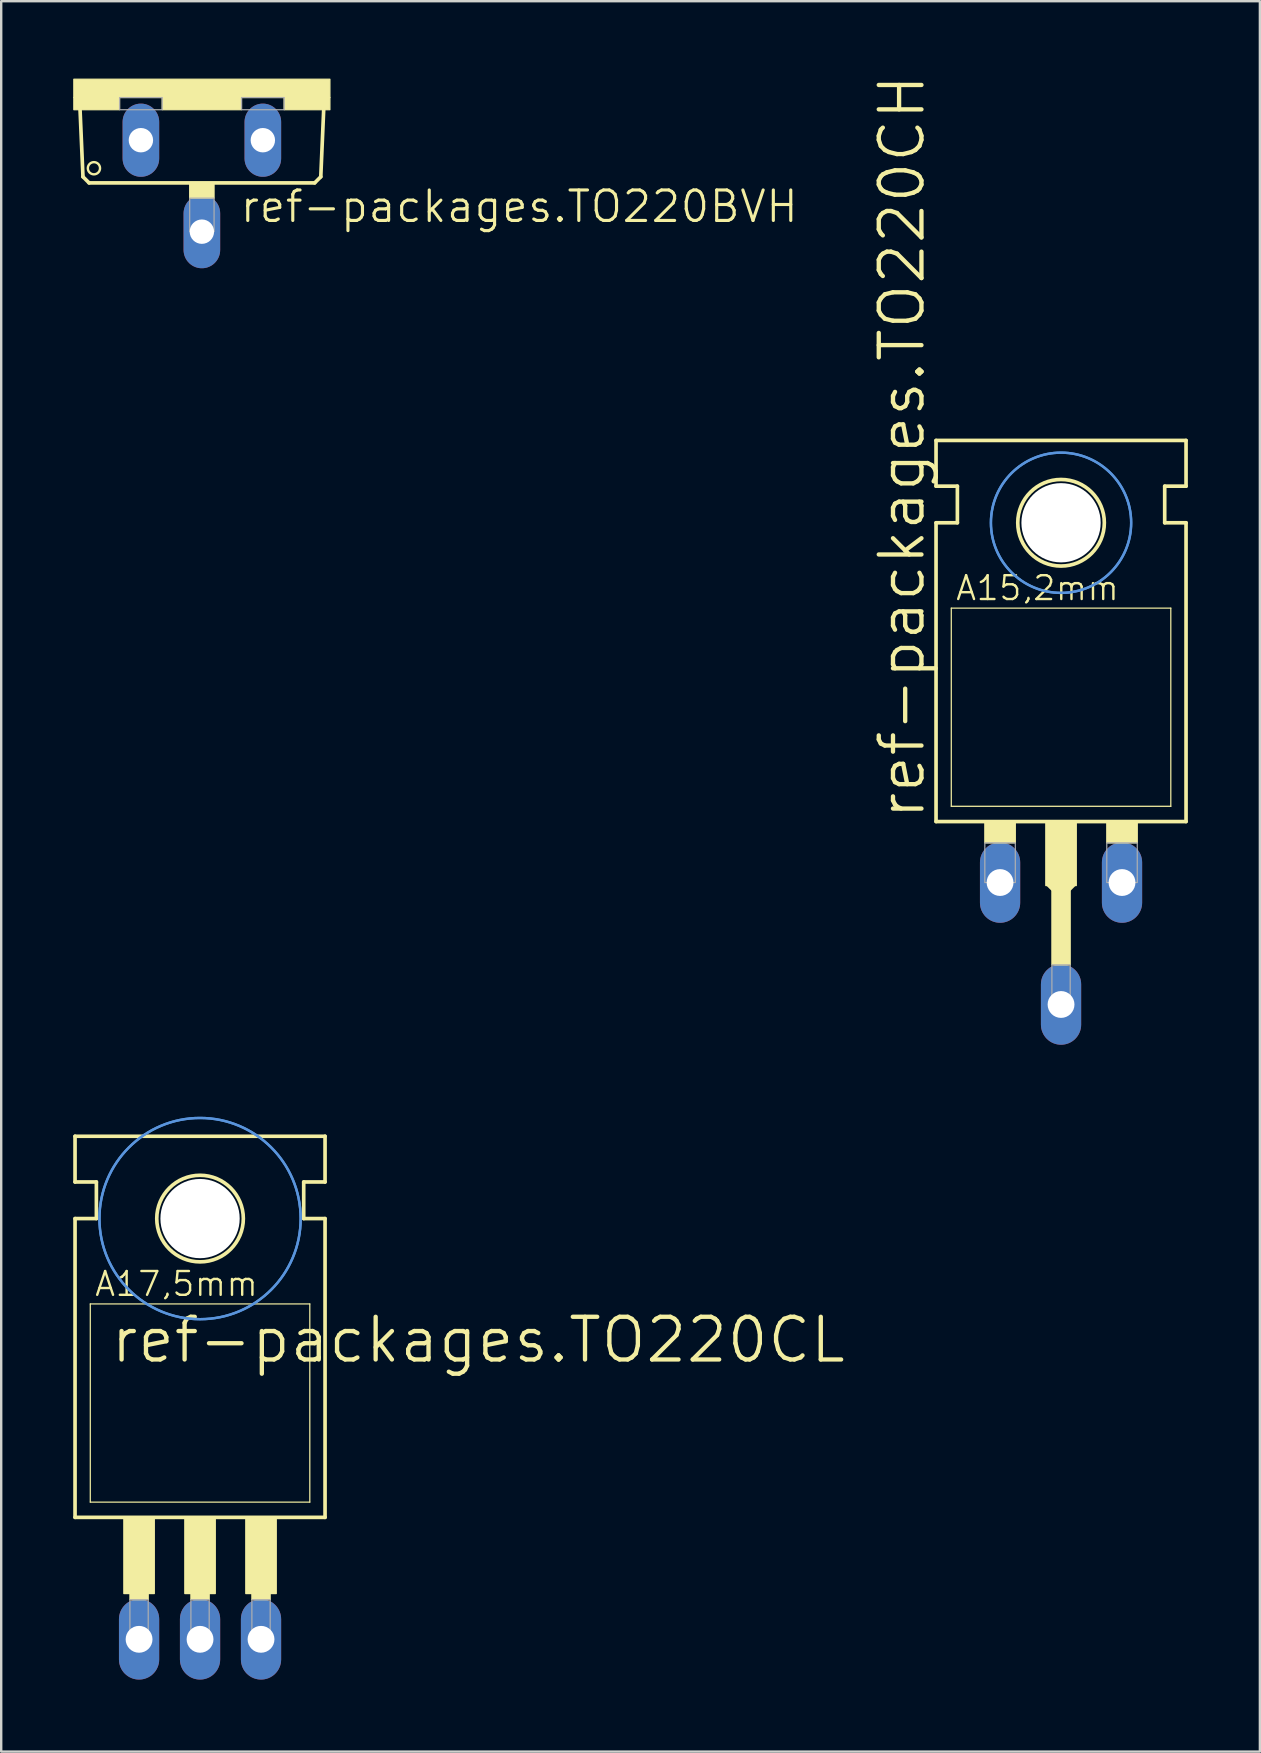
<source format=kicad_pcb>
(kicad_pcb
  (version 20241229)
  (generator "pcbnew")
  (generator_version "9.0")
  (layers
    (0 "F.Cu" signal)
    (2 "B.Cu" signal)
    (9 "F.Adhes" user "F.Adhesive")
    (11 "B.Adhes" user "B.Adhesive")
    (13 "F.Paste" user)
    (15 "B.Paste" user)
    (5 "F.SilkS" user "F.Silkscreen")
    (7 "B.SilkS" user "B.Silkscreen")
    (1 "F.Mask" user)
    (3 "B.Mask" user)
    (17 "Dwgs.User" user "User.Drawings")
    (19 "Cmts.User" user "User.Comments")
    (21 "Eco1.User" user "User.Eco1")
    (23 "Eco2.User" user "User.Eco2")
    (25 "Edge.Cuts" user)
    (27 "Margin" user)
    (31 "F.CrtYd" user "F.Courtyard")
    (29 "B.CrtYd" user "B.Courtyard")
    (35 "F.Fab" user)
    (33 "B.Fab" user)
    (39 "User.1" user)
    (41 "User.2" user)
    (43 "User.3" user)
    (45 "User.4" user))
  (footprint "ref-packages.TO220BVH"
    (layer "F.Cu")
    (at 5.359 0.25)
    (property "Reference" "ref-packages.TO220BVH" (at 1.524 6.045 0) (layer "F.SilkS") (effects (font (size 1.27 1.27) (thickness 0.13)) (justify left bottom)))
    (attr through_hole)
    (fp_line (start -4.953 4.064) (end -5.08 1.143) (stroke (width 0.152) (type default)) (layer "F.SilkS"))
    (fp_line (start -4.953 4.064) (end -4.699 4.318) (stroke (width 0.152) (type default)) (layer "F.SilkS"))
    (fp_line (start 4.699 4.318) (end -4.699 4.318) (stroke (width 0.152) (type default)) (layer "F.SilkS"))
    (fp_line (start 4.699 4.318) (end 4.953 4.064) (stroke (width 0.152) (type default)) (layer "F.SilkS"))
    (fp_line (start 5.08 1.143) (end 4.953 4.064) (stroke (width 0.152) (type default)) (layer "F.SilkS"))
    (fp_rect (start -5.334 0.762) (end 5.334 0) (stroke (width 0.05) (type default)) (fill yes) (layer "F.SilkS"))
    (fp_rect (start -5.334 1.27) (end -3.429 0.762) (stroke (width 0.05) (type default)) (fill yes) (layer "F.SilkS"))
    (fp_rect (start -1.651 1.27) (end 1.651 0.762) (stroke (width 0.05) (type default)) (fill yes) (layer "F.SilkS"))
    (fp_rect (start -0.508 4.953) (end 0.508 4.318) (stroke (width 0.05) (type default)) (fill yes) (layer "F.SilkS"))
    (fp_rect (start 3.429 1.27) (end 5.334 0.762) (stroke (width 0.05) (type default)) (fill yes) (layer "F.SilkS"))
    (fp_circle (center -4.496 3.708) (end -4.242 3.708) (stroke (width 0.1) (type default)) (fill no) (layer "F.SilkS"))
    (fp_rect (start -3.429 1.27) (end -1.651 0.762) (stroke (width 0.05) (type default)) (fill no) (layer "F.Fab"))
    (fp_rect (start -0.508 6.35) (end 0.508 4.953) (stroke (width 0.05) (type default)) (fill no) (layer "F.Fab"))
    (fp_rect (start 1.651 1.27) (end 3.429 0.762) (stroke (width 0.05) (type default)) (fill no) (layer "F.Fab"))
    (pad "D" thru_hole oval (at 0 6.35 90) (size 3.048 1.524) (drill 1.016) (layers "*.Cu" "*.Mask"))
    (pad "G" thru_hole oval (at -2.54 2.54 90) (size 3.048 1.524) (drill 1.016) (layers "*.Cu" "*.Mask"))
    (pad "S" thru_hole oval (at 2.54 2.54 90) (size 3.048 1.524) (drill 1.016) (layers "*.Cu" "*.Mask")))
  (footprint "ref-packages.TO220CL"
    (layer "F.Cu")
    (at 5.283 58.886)
    (property "Reference" "ref-packages.TO220CL" (at -3.81 -5.08 0) (layer "F.SilkS") (effects (font (size 1.778 1.778) (thickness 0.18)) (justify left bottom)))
    (attr through_hole)
    (fp_line (start -5.207 -12.7) (end -5.207 -14.605) (stroke (width 0.152) (type default)) (layer "F.SilkS"))
    (fp_line (start -5.207 -11.176) (end -4.318 -11.176) (stroke (width 0.152) (type default)) (layer "F.SilkS"))
    (fp_line (start -5.207 1.27) (end -5.207 -11.176) (stroke (width 0.152) (type default)) (layer "F.SilkS"))
    (fp_line (start -5.207 1.27) (end 5.207 1.27) (stroke (width 0.152) (type default)) (layer "F.SilkS"))
    (fp_line (start -4.572 0.635) (end -4.572 -7.62) (stroke (width 0.051) (type default)) (layer "F.SilkS"))
    (fp_line (start -4.572 0.635) (end 4.572 0.635) (stroke (width 0.051) (type default)) (layer "F.SilkS"))
    (fp_line (start -4.318 -12.7) (end -5.207 -12.7) (stroke (width 0.152) (type default)) (layer "F.SilkS"))
    (fp_line (start -4.318 -11.176) (end -4.318 -12.7) (stroke (width 0.152) (type default)) (layer "F.SilkS"))
    (fp_line (start 4.318 -12.7) (end 5.207 -12.7) (stroke (width 0.152) (type default)) (layer "F.SilkS"))
    (fp_line (start 4.318 -11.176) (end 4.318 -12.7) (stroke (width 0.152) (type default)) (layer "F.SilkS"))
    (fp_line (start 4.572 -7.62) (end -4.572 -7.62) (stroke (width 0.051) (type default)) (layer "F.SilkS"))
    (fp_line (start 4.572 -7.62) (end 4.572 0.635) (stroke (width 0.051) (type default)) (layer "F.SilkS"))
    (fp_line (start 5.207 -14.605) (end -5.207 -14.605) (stroke (width 0.152) (type default)) (layer "F.SilkS"))
    (fp_line (start 5.207 -12.7) (end 5.207 -14.605) (stroke (width 0.152) (type default)) (layer "F.SilkS"))
    (fp_line (start 5.207 -11.176) (end 4.318 -11.176) (stroke (width 0.152) (type default)) (layer "F.SilkS"))
    (fp_line (start 5.207 1.27) (end 5.207 -11.176) (stroke (width 0.152) (type default)) (layer "F.SilkS"))
    (fp_rect (start -3.175 4.445) (end -1.905 1.27) (stroke (width 0.05) (type default)) (fill yes) (layer "F.SilkS"))
    (fp_rect (start -2.921 4.699) (end -2.159 4.445) (stroke (width 0.05) (type default)) (fill yes) (layer "F.SilkS"))
    (fp_rect (start -0.635 4.445) (end 0.635 1.27) (stroke (width 0.05) (type default)) (fill yes) (layer "F.SilkS"))
    (fp_rect (start -0.381 4.699) (end 0.381 4.445) (stroke (width 0.05) (type default)) (fill yes) (layer "F.SilkS"))
    (fp_rect (start 1.905 4.445) (end 3.175 1.27) (stroke (width 0.05) (type default)) (fill yes) (layer "F.SilkS"))
    (fp_rect (start 2.159 4.699) (end 2.921 4.445) (stroke (width 0.05) (type default)) (fill yes) (layer "F.SilkS"))
    (fp_circle (center 0 -11.176) (end 1.803 -11.176) (stroke (width 0.152) (type default)) (fill no) (layer "F.SilkS"))
    (fp_circle (center 0 -11.176) (end 4.191 -11.176) (stroke (width 0.1) (type default)) (fill no) (layer "Cmts.User"))
    (fp_circle (center 0 -11.176) (end 4.191 -11.176) (stroke (width 0.1) (type default)) (fill no) (layer "Cmts.User"))
    (fp_rect (start -2.921 6.477) (end -2.159 4.699) (stroke (width 0.05) (type default)) (fill no) (layer "F.Fab"))
    (fp_rect (start -0.381 6.477) (end 0.381 4.699) (stroke (width 0.05) (type default)) (fill no) (layer "F.Fab"))
    (fp_rect (start 2.159 6.477) (end 2.921 4.699) (stroke (width 0.05) (type default)) (fill no) (layer "F.Fab"))
    (fp_text user "A17,5mm" (at -4.445 -7.874 0) (layer "F.SilkS") (effects (font (size 0.991 0.991) (thickness 0.1)) (justify left bottom)))
    (pad "" np_thru_hole circle (at 0 -11.176) (size 3.302 3.302) (drill 3.302) (layers "*.Cu" "*.Mask"))
    (pad "A" thru_hole oval (at 0 6.35 90) (size 3.353 1.676) (drill 1.118) (layers "*.Cu" "*.Mask"))
    (pad "C" thru_hole oval (at -2.54 6.35 90) (size 3.353 1.676) (drill 1.118) (layers "*.Cu" "*.Mask"))
    (pad "G" thru_hole oval (at 2.54 6.35 90) (size 3.353 1.676) (drill 1.118) (layers "*.Cu" "*.Mask")))
  (footprint "ref-packages.TO220CH"
    (layer "F.Cu")
    (at 41.148 29.902)
    (property "Reference" "ref-packages.TO220CH" (at -5.588 1.27 90) (layer "F.SilkS") (effects (font (size 1.778 1.778) (thickness 0.18)) (justify left bottom)))
    (attr through_hole)
    (fp_line (start -5.207 -12.7) (end -5.207 -14.605) (stroke (width 0.152) (type default)) (layer "F.SilkS"))
    (fp_line (start -5.207 -11.176) (end -4.318 -11.176) (stroke (width 0.152) (type default)) (layer "F.SilkS"))
    (fp_line (start -5.207 1.27) (end -5.207 -11.176) (stroke (width 0.152) (type default)) (layer "F.SilkS"))
    (fp_line (start -5.207 1.27) (end 5.207 1.27) (stroke (width 0.152) (type default)) (layer "F.SilkS"))
    (fp_line (start -4.572 0.635) (end -4.572 -7.62) (stroke (width 0.051) (type default)) (layer "F.SilkS"))
    (fp_line (start -4.572 0.635) (end 4.572 0.635) (stroke (width 0.051) (type default)) (layer "F.SilkS"))
    (fp_line (start -4.318 -12.7) (end -5.207 -12.7) (stroke (width 0.152) (type default)) (layer "F.SilkS"))
    (fp_line (start -4.318 -11.176) (end -4.318 -12.7) (stroke (width 0.152) (type default)) (layer "F.SilkS"))
    (fp_line (start -0.381 3.81) (end -0.254 3.937) (stroke (width 0.508) (type default)) (layer "F.SilkS"))
    (fp_line (start 0.381 3.81) (end 0.254 3.937) (stroke (width 0.508) (type default)) (layer "F.SilkS"))
    (fp_line (start 4.318 -12.7) (end 5.207 -12.7) (stroke (width 0.152) (type default)) (layer "F.SilkS"))
    (fp_line (start 4.318 -11.176) (end 4.318 -12.7) (stroke (width 0.152) (type default)) (layer "F.SilkS"))
    (fp_line (start 4.572 -7.62) (end -4.572 -7.62) (stroke (width 0.051) (type default)) (layer "F.SilkS"))
    (fp_line (start 4.572 -7.62) (end 4.572 0.635) (stroke (width 0.051) (type default)) (layer "F.SilkS"))
    (fp_line (start 5.207 -14.605) (end -5.207 -14.605) (stroke (width 0.152) (type default)) (layer "F.SilkS"))
    (fp_line (start 5.207 -12.7) (end 5.207 -14.605) (stroke (width 0.152) (type default)) (layer "F.SilkS"))
    (fp_line (start 5.207 -11.176) (end 4.318 -11.176) (stroke (width 0.152) (type default)) (layer "F.SilkS"))
    (fp_line (start 5.207 1.27) (end 5.207 -11.176) (stroke (width 0.152) (type default)) (layer "F.SilkS"))
    (fp_rect (start -3.175 2.159) (end -1.905 1.27) (stroke (width 0.05) (type default)) (fill yes) (layer "F.SilkS"))
    (fp_rect (start -0.635 3.937) (end 0.635 1.27) (stroke (width 0.05) (type default)) (fill yes) (layer "F.SilkS"))
    (fp_rect (start -0.381 7.239) (end 0.381 3.937) (stroke (width 0.05) (type default)) (fill yes) (layer "F.SilkS"))
    (fp_rect (start 1.905 2.159) (end 3.175 1.27) (stroke (width 0.05) (type default)) (fill yes) (layer "F.SilkS"))
    (fp_circle (center 0 -11.176) (end 1.803 -11.176) (stroke (width 0.152) (type default)) (fill no) (layer "F.SilkS"))
    (fp_circle (center 0 -11.176) (end 2.921 -11.176) (stroke (width 0.1) (type default)) (fill no) (layer "Cmts.User"))
    (fp_circle (center 0 -11.176) (end 2.921 -11.176) (stroke (width 0.1) (type default)) (fill no) (layer "Cmts.User"))
    (fp_rect (start -3.175 3.81) (end -1.905 2.159) (stroke (width 0.05) (type default)) (fill no) (layer "F.Fab"))
    (fp_rect (start -0.381 8.89) (end 0.381 7.239) (stroke (width 0.05) (type default)) (fill no) (layer "F.Fab"))
    (fp_rect (start 1.905 3.81) (end 3.175 2.159) (stroke (width 0.05) (type default)) (fill no) (layer "F.Fab"))
    (fp_text user "A15,2mm" (at -4.445 -7.874 0) (layer "F.SilkS") (effects (font (size 0.991 0.991) (thickness 0.1)) (justify left bottom)))
    (pad "" np_thru_hole circle (at 0 -11.176) (size 3.302 3.302) (drill 3.302) (layers "*.Cu" "*.Mask"))
    (pad "A1" thru_hole oval (at -2.54 3.81 90) (size 3.353 1.676) (drill 1.118) (layers "*.Cu" "*.Mask"))
    (pad "A2" thru_hole oval (at 2.54 3.81 90) (size 3.353 1.676) (drill 1.118) (layers "*.Cu" "*.Mask"))
    (pad "C" thru_hole oval (at 0 8.89 90) (size 3.353 1.676) (drill 1.118) (layers "*.Cu" "*.Mask")))
  (gr_rect
    (start -3 -3)
    (end 49.431 69.912)
    (stroke (width 0.1) (type default))
    (fill no)
    (layer "Edge.Cuts")))
</source>
